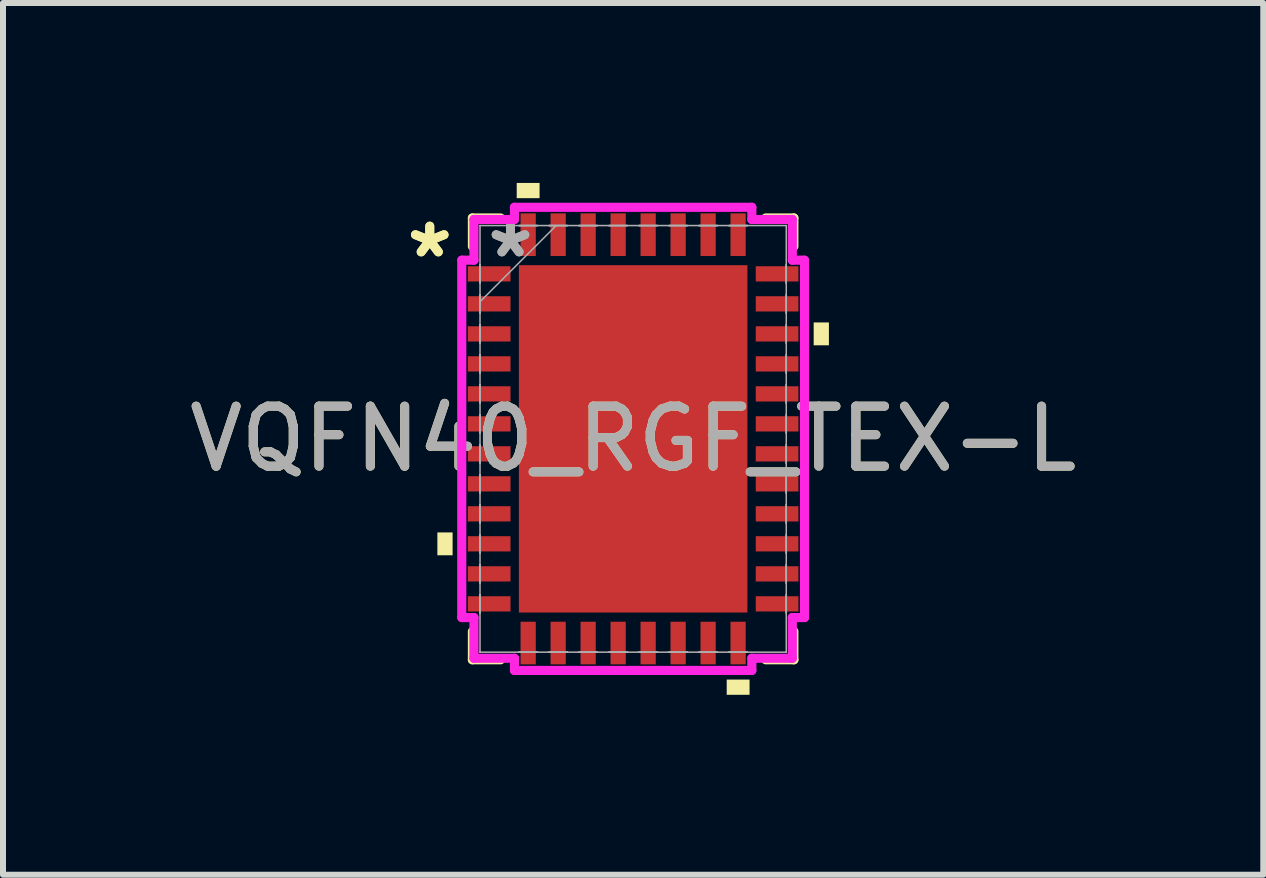
<source format=kicad_pcb>
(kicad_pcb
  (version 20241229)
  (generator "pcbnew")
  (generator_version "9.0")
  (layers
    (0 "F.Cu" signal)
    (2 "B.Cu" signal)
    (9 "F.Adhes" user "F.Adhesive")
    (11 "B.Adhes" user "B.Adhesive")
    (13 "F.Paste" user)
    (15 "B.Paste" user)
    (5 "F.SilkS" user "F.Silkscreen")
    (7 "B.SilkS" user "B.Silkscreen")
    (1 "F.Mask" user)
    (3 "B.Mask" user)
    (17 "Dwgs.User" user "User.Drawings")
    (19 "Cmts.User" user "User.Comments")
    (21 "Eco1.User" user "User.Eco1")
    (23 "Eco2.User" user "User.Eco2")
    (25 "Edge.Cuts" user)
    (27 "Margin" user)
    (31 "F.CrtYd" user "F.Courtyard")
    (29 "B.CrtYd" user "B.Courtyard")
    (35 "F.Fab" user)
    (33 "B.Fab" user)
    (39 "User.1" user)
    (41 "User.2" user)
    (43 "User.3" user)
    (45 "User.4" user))
  (footprint "VQFN40_RGF_TEX-L"
    (layer "F.Cu")
    (at 7.506 4.267)
    (property "Reference" "VQFN40_RGF_TEX-L" (at 0 0 0) (unlocked yes) (layer "F.SilkS") (effects (font (size 1 1) (thickness 0.15))))
    (attr smd)
    (fp_line (start -2.68 -3.683) (end -2.68 -3.21) (stroke (width 0.152) (type solid)) (layer "F.SilkS"))
    (fp_line (start -2.68 3.21) (end -2.68 3.683) (stroke (width 0.152) (type solid)) (layer "F.SilkS"))
    (fp_line (start -2.68 3.683) (end -2.21 3.683) (stroke (width 0.152) (type solid)) (layer "F.SilkS"))
    (fp_line (start -2.21 -3.683) (end -2.68 -3.683) (stroke (width 0.152) (type solid)) (layer "F.SilkS"))
    (fp_line (start 2.21 3.683) (end 2.68 3.683) (stroke (width 0.152) (type solid)) (layer "F.SilkS"))
    (fp_line (start 2.68 -3.683) (end 2.21 -3.683) (stroke (width 0.152) (type solid)) (layer "F.SilkS"))
    (fp_line (start 2.68 -3.21) (end 2.68 -3.683) (stroke (width 0.152) (type solid)) (layer "F.SilkS"))
    (fp_line (start 2.68 3.683) (end 2.68 3.21) (stroke (width 0.152) (type solid)) (layer "F.SilkS"))
    (fp_poly (pts (xy -3.264 1.56) (xy -3.264 1.941) (xy -3.01 1.941) (xy -3.01 1.56)) (stroke (width 0) (type solid)) (fill yes) (layer "F.SilkS"))
    (fp_poly (pts (xy -1.941 -4.013) (xy -1.941 -4.267) (xy -1.56 -4.267) (xy -1.56 -4.013)) (stroke (width 0) (type solid)) (fill yes) (layer "F.SilkS"))
    (fp_poly (pts (xy 1.56 4.013) (xy 1.56 4.267) (xy 1.941 4.267) (xy 1.941 4.013)) (stroke (width 0) (type solid)) (fill yes) (layer "F.SilkS"))
    (fp_poly (pts (xy 3.264 -1.941) (xy 3.264 -1.56) (xy 3.01 -1.56) (xy 3.01 -1.941)) (stroke (width 0) (type solid)) (fill yes) (layer "F.SilkS"))
    (fp_poly (pts (xy -1.805 -2.796) (xy -1.805 -1.548) (xy -0.735 -1.548) (xy -0.735 -2.796)) (stroke (width 0) (type solid)) (fill yes) (layer "F.Paste"))
    (fp_poly (pts (xy -1.805 -1.348) (xy -1.805 -0.1) (xy -0.735 -0.1) (xy -0.735 -1.348)) (stroke (width 0) (type solid)) (fill yes) (layer "F.Paste"))
    (fp_poly (pts (xy -1.805 0.1) (xy -1.805 1.348) (xy -0.735 1.348) (xy -0.735 0.1)) (stroke (width 0) (type solid)) (fill yes) (layer "F.Paste"))
    (fp_poly (pts (xy -1.805 1.548) (xy -1.805 2.796) (xy -0.735 2.796) (xy -0.735 1.548)) (stroke (width 0) (type solid)) (fill yes) (layer "F.Paste"))
    (fp_poly (pts (xy -0.535 -2.796) (xy -0.535 -1.548) (xy 0.535 -1.548) (xy 0.535 -2.796)) (stroke (width 0) (type solid)) (fill yes) (layer "F.Paste"))
    (fp_poly (pts (xy -0.535 -1.348) (xy -0.535 -0.1) (xy 0.535 -0.1) (xy 0.535 -1.348)) (stroke (width 0) (type solid)) (fill yes) (layer "F.Paste"))
    (fp_poly (pts (xy -0.535 0.1) (xy -0.535 1.348) (xy 0.535 1.348) (xy 0.535 0.1)) (stroke (width 0) (type solid)) (fill yes) (layer "F.Paste"))
    (fp_poly (pts (xy -0.535 1.548) (xy -0.535 2.796) (xy 0.535 2.796) (xy 0.535 1.548)) (stroke (width 0) (type solid)) (fill yes) (layer "F.Paste"))
    (fp_poly (pts (xy 0.735 -2.796) (xy 0.735 -1.548) (xy 1.805 -1.548) (xy 1.805 -2.796)) (stroke (width 0) (type solid)) (fill yes) (layer "F.Paste"))
    (fp_poly (pts (xy 0.735 -1.348) (xy 0.735 -0.1) (xy 1.805 -0.1) (xy 1.805 -1.348)) (stroke (width 0) (type solid)) (fill yes) (layer "F.Paste"))
    (fp_poly (pts (xy 0.735 0.1) (xy 0.735 1.348) (xy 1.805 1.348) (xy 1.805 0.1)) (stroke (width 0) (type solid)) (fill yes) (layer "F.Paste"))
    (fp_poly (pts (xy 0.735 1.548) (xy 0.735 2.796) (xy 1.805 2.796) (xy 1.805 1.548)) (stroke (width 0) (type solid)) (fill yes) (layer "F.Paste"))
    (fp_line (start -2.857 -2.979) (end -2.654 -2.979) (stroke (width 0.152) (type solid)) (layer "F.CrtYd"))
    (fp_line (start -2.857 2.979) (end -2.857 -2.979) (stroke (width 0.152) (type solid)) (layer "F.CrtYd"))
    (fp_line (start -2.654 -3.658) (end -1.979 -3.658) (stroke (width 0.152) (type solid)) (layer "F.CrtYd"))
    (fp_line (start -2.654 -2.979) (end -2.654 -3.658) (stroke (width 0.152) (type solid)) (layer "F.CrtYd"))
    (fp_line (start -2.654 2.979) (end -2.857 2.979) (stroke (width 0.152) (type solid)) (layer "F.CrtYd"))
    (fp_line (start -2.654 3.658) (end -2.654 2.979) (stroke (width 0.152) (type solid)) (layer "F.CrtYd"))
    (fp_line (start -1.979 -3.861) (end 1.979 -3.861) (stroke (width 0.152) (type solid)) (layer "F.CrtYd"))
    (fp_line (start -1.979 -3.658) (end -1.979 -3.861) (stroke (width 0.152) (type solid)) (layer "F.CrtYd"))
    (fp_line (start -1.979 3.658) (end -2.654 3.658) (stroke (width 0.152) (type solid)) (layer "F.CrtYd"))
    (fp_line (start -1.979 3.861) (end -1.979 3.658) (stroke (width 0.152) (type solid)) (layer "F.CrtYd"))
    (fp_line (start 1.979 -3.861) (end 1.979 -3.658) (stroke (width 0.152) (type solid)) (layer "F.CrtYd"))
    (fp_line (start 1.979 -3.658) (end 2.654 -3.658) (stroke (width 0.152) (type solid)) (layer "F.CrtYd"))
    (fp_line (start 1.979 3.658) (end 1.979 3.861) (stroke (width 0.152) (type solid)) (layer "F.CrtYd"))
    (fp_line (start 1.979 3.861) (end -1.979 3.861) (stroke (width 0.152) (type solid)) (layer "F.CrtYd"))
    (fp_line (start 2.654 -3.658) (end 2.654 -2.979) (stroke (width 0.152) (type solid)) (layer "F.CrtYd"))
    (fp_line (start 2.654 -2.979) (end 2.857 -2.979) (stroke (width 0.152) (type solid)) (layer "F.CrtYd"))
    (fp_line (start 2.654 2.979) (end 2.654 3.658) (stroke (width 0.152) (type solid)) (layer "F.CrtYd"))
    (fp_line (start 2.654 3.658) (end 1.979 3.658) (stroke (width 0.152) (type solid)) (layer "F.CrtYd"))
    (fp_line (start 2.857 -2.979) (end 2.857 2.979) (stroke (width 0.152) (type solid)) (layer "F.CrtYd"))
    (fp_line (start 2.857 2.979) (end 2.654 2.979) (stroke (width 0.152) (type solid)) (layer "F.CrtYd"))
    (fp_line (start -2.553 -3.556) (end -2.553 -3.556) (stroke (width 0.025) (type solid)) (layer "F.Fab"))
    (fp_line (start -2.553 -3.556) (end -2.553 3.556) (stroke (width 0.025) (type solid)) (layer "F.Fab"))
    (fp_line (start -2.553 -2.903) (end -2.553 -2.903) (stroke (width 0.025) (type solid)) (layer "F.Fab"))
    (fp_line (start -2.553 -2.903) (end -2.553 -2.598) (stroke (width 0.025) (type solid)) (layer "F.Fab"))
    (fp_line (start -2.553 -2.598) (end -2.553 -2.903) (stroke (width 0.025) (type solid)) (layer "F.Fab"))
    (fp_line (start -2.553 -2.598) (end -2.553 -2.598) (stroke (width 0.025) (type solid)) (layer "F.Fab"))
    (fp_line (start -2.553 -2.403) (end -2.553 -2.403) (stroke (width 0.025) (type solid)) (layer "F.Fab"))
    (fp_line (start -2.553 -2.403) (end -2.553 -2.098) (stroke (width 0.025) (type solid)) (layer "F.Fab"))
    (fp_line (start -2.553 -2.286) (end -1.283 -3.556) (stroke (width 0.025) (type solid)) (layer "F.Fab"))
    (fp_line (start -2.553 -2.098) (end -2.553 -2.403) (stroke (width 0.025) (type solid)) (layer "F.Fab"))
    (fp_line (start -2.553 -2.098) (end -2.553 -2.098) (stroke (width 0.025) (type solid)) (layer "F.Fab"))
    (fp_line (start -2.553 -1.903) (end -2.553 -1.903) (stroke (width 0.025) (type solid)) (layer "F.Fab"))
    (fp_line (start -2.553 -1.903) (end -2.553 -1.598) (stroke (width 0.025) (type solid)) (layer "F.Fab"))
    (fp_line (start -2.553 -1.598) (end -2.553 -1.903) (stroke (width 0.025) (type solid)) (layer "F.Fab"))
    (fp_line (start -2.553 -1.598) (end -2.553 -1.598) (stroke (width 0.025) (type solid)) (layer "F.Fab"))
    (fp_line (start -2.553 -1.403) (end -2.553 -1.403) (stroke (width 0.025) (type solid)) (layer "F.Fab"))
    (fp_line (start -2.553 -1.403) (end -2.553 -1.098) (stroke (width 0.025) (type solid)) (layer "F.Fab"))
    (fp_line (start -2.553 -1.098) (end -2.553 -1.403) (stroke (width 0.025) (type solid)) (layer "F.Fab"))
    (fp_line (start -2.553 -1.098) (end -2.553 -1.098) (stroke (width 0.025) (type solid)) (layer "F.Fab"))
    (fp_line (start -2.553 -0.903) (end -2.553 -0.903) (stroke (width 0.025) (type solid)) (layer "F.Fab"))
    (fp_line (start -2.553 -0.903) (end -2.553 -0.598) (stroke (width 0.025) (type solid)) (layer "F.Fab"))
    (fp_line (start -2.553 -0.598) (end -2.553 -0.903) (stroke (width 0.025) (type solid)) (layer "F.Fab"))
    (fp_line (start -2.553 -0.598) (end -2.553 -0.598) (stroke (width 0.025) (type solid)) (layer "F.Fab"))
    (fp_line (start -2.553 -0.402) (end -2.553 -0.402) (stroke (width 0.025) (type solid)) (layer "F.Fab"))
    (fp_line (start -2.553 -0.402) (end -2.553 -0.098) (stroke (width 0.025) (type solid)) (layer "F.Fab"))
    (fp_line (start -2.553 -0.098) (end -2.553 -0.402) (stroke (width 0.025) (type solid)) (layer "F.Fab"))
    (fp_line (start -2.553 -0.098) (end -2.553 -0.098) (stroke (width 0.025) (type solid)) (layer "F.Fab"))
    (fp_line (start -2.553 0.098) (end -2.553 0.098) (stroke (width 0.025) (type solid)) (layer "F.Fab"))
    (fp_line (start -2.553 0.098) (end -2.553 0.402) (stroke (width 0.025) (type solid)) (layer "F.Fab"))
    (fp_line (start -2.553 0.402) (end -2.553 0.098) (stroke (width 0.025) (type solid)) (layer "F.Fab"))
    (fp_line (start -2.553 0.402) (end -2.553 0.402) (stroke (width 0.025) (type solid)) (layer "F.Fab"))
    (fp_line (start -2.553 0.598) (end -2.553 0.598) (stroke (width 0.025) (type solid)) (layer "F.Fab"))
    (fp_line (start -2.553 0.598) (end -2.553 0.903) (stroke (width 0.025) (type solid)) (layer "F.Fab"))
    (fp_line (start -2.553 0.903) (end -2.553 0.598) (stroke (width 0.025) (type solid)) (layer "F.Fab"))
    (fp_line (start -2.553 0.903) (end -2.553 0.903) (stroke (width 0.025) (type solid)) (layer "F.Fab"))
    (fp_line (start -2.553 1.098) (end -2.553 1.098) (stroke (width 0.025) (type solid)) (layer "F.Fab"))
    (fp_line (start -2.553 1.098) (end -2.553 1.403) (stroke (width 0.025) (type solid)) (layer "F.Fab"))
    (fp_line (start -2.553 1.403) (end -2.553 1.098) (stroke (width 0.025) (type solid)) (layer "F.Fab"))
    (fp_line (start -2.553 1.403) (end -2.553 1.403) (stroke (width 0.025) (type solid)) (layer "F.Fab"))
    (fp_line (start -2.553 1.598) (end -2.553 1.598) (stroke (width 0.025) (type solid)) (layer "F.Fab"))
    (fp_line (start -2.553 1.598) (end -2.553 1.903) (stroke (width 0.025) (type solid)) (layer "F.Fab"))
    (fp_line (start -2.553 1.903) (end -2.553 1.598) (stroke (width 0.025) (type solid)) (layer "F.Fab"))
    (fp_line (start -2.553 1.903) (end -2.553 1.903) (stroke (width 0.025) (type solid)) (layer "F.Fab"))
    (fp_line (start -2.553 2.098) (end -2.553 2.098) (stroke (width 0.025) (type solid)) (layer "F.Fab"))
    (fp_line (start -2.553 2.098) (end -2.553 2.403) (stroke (width 0.025) (type solid)) (layer "F.Fab"))
    (fp_line (start -2.553 2.403) (end -2.553 2.098) (stroke (width 0.025) (type solid)) (layer "F.Fab"))
    (fp_line (start -2.553 2.403) (end -2.553 2.403) (stroke (width 0.025) (type solid)) (layer "F.Fab"))
    (fp_line (start -2.553 2.598) (end -2.553 2.598) (stroke (width 0.025) (type solid)) (layer "F.Fab"))
    (fp_line (start -2.553 2.598) (end -2.553 2.903) (stroke (width 0.025) (type solid)) (layer "F.Fab"))
    (fp_line (start -2.553 2.903) (end -2.553 2.598) (stroke (width 0.025) (type solid)) (layer "F.Fab"))
    (fp_line (start -2.553 2.903) (end -2.553 2.903) (stroke (width 0.025) (type solid)) (layer "F.Fab"))
    (fp_line (start -2.553 3.556) (end -2.553 3.556) (stroke (width 0.025) (type solid)) (layer "F.Fab"))
    (fp_line (start -2.553 3.556) (end 2.553 3.556) (stroke (width 0.025) (type solid)) (layer "F.Fab"))
    (fp_line (start -1.903 -3.556) (end -1.903 -3.556) (stroke (width 0.025) (type solid)) (layer "F.Fab"))
    (fp_line (start -1.903 -3.556) (end -1.598 -3.556) (stroke (width 0.025) (type solid)) (layer "F.Fab"))
    (fp_line (start -1.903 3.556) (end -1.903 3.556) (stroke (width 0.025) (type solid)) (layer "F.Fab"))
    (fp_line (start -1.903 3.556) (end -1.598 3.556) (stroke (width 0.025) (type solid)) (layer "F.Fab"))
    (fp_line (start -1.598 -3.556) (end -1.903 -3.556) (stroke (width 0.025) (type solid)) (layer "F.Fab"))
    (fp_line (start -1.598 -3.556) (end -1.598 -3.556) (stroke (width 0.025) (type solid)) (layer "F.Fab"))
    (fp_line (start -1.598 3.556) (end -1.903 3.556) (stroke (width 0.025) (type solid)) (layer "F.Fab"))
    (fp_line (start -1.598 3.556) (end -1.598 3.556) (stroke (width 0.025) (type solid)) (layer "F.Fab"))
    (fp_line (start -1.403 -3.556) (end -1.403 -3.556) (stroke (width 0.025) (type solid)) (layer "F.Fab"))
    (fp_line (start -1.403 -3.556) (end -1.098 -3.556) (stroke (width 0.025) (type solid)) (layer "F.Fab"))
    (fp_line (start -1.403 3.556) (end -1.403 3.556) (stroke (width 0.025) (type solid)) (layer "F.Fab"))
    (fp_line (start -1.403 3.556) (end -1.098 3.556) (stroke (width 0.025) (type solid)) (layer "F.Fab"))
    (fp_line (start -1.098 -3.556) (end -1.403 -3.556) (stroke (width 0.025) (type solid)) (layer "F.Fab"))
    (fp_line (start -1.098 -3.556) (end -1.098 -3.556) (stroke (width 0.025) (type solid)) (layer "F.Fab"))
    (fp_line (start -1.098 3.556) (end -1.403 3.556) (stroke (width 0.025) (type solid)) (layer "F.Fab"))
    (fp_line (start -1.098 3.556) (end -1.098 3.556) (stroke (width 0.025) (type solid)) (layer "F.Fab"))
    (fp_line (start -0.903 -3.556) (end -0.903 -3.556) (stroke (width 0.025) (type solid)) (layer "F.Fab"))
    (fp_line (start -0.903 -3.556) (end -0.598 -3.556) (stroke (width 0.025) (type solid)) (layer "F.Fab"))
    (fp_line (start -0.903 3.556) (end -0.903 3.556) (stroke (width 0.025) (type solid)) (layer "F.Fab"))
    (fp_line (start -0.903 3.556) (end -0.598 3.556) (stroke (width 0.025) (type solid)) (layer "F.Fab"))
    (fp_line (start -0.598 -3.556) (end -0.903 -3.556) (stroke (width 0.025) (type solid)) (layer "F.Fab"))
    (fp_line (start -0.598 -3.556) (end -0.598 -3.556) (stroke (width 0.025) (type solid)) (layer "F.Fab"))
    (fp_line (start -0.598 3.556) (end -0.903 3.556) (stroke (width 0.025) (type solid)) (layer "F.Fab"))
    (fp_line (start -0.598 3.556) (end -0.598 3.556) (stroke (width 0.025) (type solid)) (layer "F.Fab"))
    (fp_line (start -0.402 -3.556) (end -0.402 -3.556) (stroke (width 0.025) (type solid)) (layer "F.Fab"))
    (fp_line (start -0.402 -3.556) (end -0.098 -3.556) (stroke (width 0.025) (type solid)) (layer "F.Fab"))
    (fp_line (start -0.402 3.556) (end -0.402 3.556) (stroke (width 0.025) (type solid)) (layer "F.Fab"))
    (fp_line (start -0.402 3.556) (end -0.098 3.556) (stroke (width 0.025) (type solid)) (layer "F.Fab"))
    (fp_line (start -0.098 -3.556) (end -0.402 -3.556) (stroke (width 0.025) (type solid)) (layer "F.Fab"))
    (fp_line (start -0.098 -3.556) (end -0.098 -3.556) (stroke (width 0.025) (type solid)) (layer "F.Fab"))
    (fp_line (start -0.098 3.556) (end -0.402 3.556) (stroke (width 0.025) (type solid)) (layer "F.Fab"))
    (fp_line (start -0.098 3.556) (end -0.098 3.556) (stroke (width 0.025) (type solid)) (layer "F.Fab"))
    (fp_line (start 0.098 -3.556) (end 0.098 -3.556) (stroke (width 0.025) (type solid)) (layer "F.Fab"))
    (fp_line (start 0.098 -3.556) (end 0.402 -3.556) (stroke (width 0.025) (type solid)) (layer "F.Fab"))
    (fp_line (start 0.098 3.556) (end 0.098 3.556) (stroke (width 0.025) (type solid)) (layer "F.Fab"))
    (fp_line (start 0.098 3.556) (end 0.402 3.556) (stroke (width 0.025) (type solid)) (layer "F.Fab"))
    (fp_line (start 0.402 -3.556) (end 0.098 -3.556) (stroke (width 0.025) (type solid)) (layer "F.Fab"))
    (fp_line (start 0.402 -3.556) (end 0.402 -3.556) (stroke (width 0.025) (type solid)) (layer "F.Fab"))
    (fp_line (start 0.402 3.556) (end 0.098 3.556) (stroke (width 0.025) (type solid)) (layer "F.Fab"))
    (fp_line (start 0.402 3.556) (end 0.402 3.556) (stroke (width 0.025) (type solid)) (layer "F.Fab"))
    (fp_line (start 0.598 -3.556) (end 0.598 -3.556) (stroke (width 0.025) (type solid)) (layer "F.Fab"))
    (fp_line (start 0.598 -3.556) (end 0.903 -3.556) (stroke (width 0.025) (type solid)) (layer "F.Fab"))
    (fp_line (start 0.598 3.556) (end 0.598 3.556) (stroke (width 0.025) (type solid)) (layer "F.Fab"))
    (fp_line (start 0.598 3.556) (end 0.903 3.556) (stroke (width 0.025) (type solid)) (layer "F.Fab"))
    (fp_line (start 0.903 -3.556) (end 0.598 -3.556) (stroke (width 0.025) (type solid)) (layer "F.Fab"))
    (fp_line (start 0.903 -3.556) (end 0.903 -3.556) (stroke (width 0.025) (type solid)) (layer "F.Fab"))
    (fp_line (start 0.903 3.556) (end 0.598 3.556) (stroke (width 0.025) (type solid)) (layer "F.Fab"))
    (fp_line (start 0.903 3.556) (end 0.903 3.556) (stroke (width 0.025) (type solid)) (layer "F.Fab"))
    (fp_line (start 1.098 -3.556) (end 1.098 -3.556) (stroke (width 0.025) (type solid)) (layer "F.Fab"))
    (fp_line (start 1.098 -3.556) (end 1.403 -3.556) (stroke (width 0.025) (type solid)) (layer "F.Fab"))
    (fp_line (start 1.098 3.556) (end 1.098 3.556) (stroke (width 0.025) (type solid)) (layer "F.Fab"))
    (fp_line (start 1.098 3.556) (end 1.403 3.556) (stroke (width 0.025) (type solid)) (layer "F.Fab"))
    (fp_line (start 1.403 -3.556) (end 1.098 -3.556) (stroke (width 0.025) (type solid)) (layer "F.Fab"))
    (fp_line (start 1.403 -3.556) (end 1.403 -3.556) (stroke (width 0.025) (type solid)) (layer "F.Fab"))
    (fp_line (start 1.403 3.556) (end 1.098 3.556) (stroke (width 0.025) (type solid)) (layer "F.Fab"))
    (fp_line (start 1.403 3.556) (end 1.403 3.556) (stroke (width 0.025) (type solid)) (layer "F.Fab"))
    (fp_line (start 1.598 -3.556) (end 1.598 -3.556) (stroke (width 0.025) (type solid)) (layer "F.Fab"))
    (fp_line (start 1.598 -3.556) (end 1.903 -3.556) (stroke (width 0.025) (type solid)) (layer "F.Fab"))
    (fp_line (start 1.598 3.556) (end 1.598 3.556) (stroke (width 0.025) (type solid)) (layer "F.Fab"))
    (fp_line (start 1.598 3.556) (end 1.903 3.556) (stroke (width 0.025) (type solid)) (layer "F.Fab"))
    (fp_line (start 1.903 -3.556) (end 1.598 -3.556) (stroke (width 0.025) (type solid)) (layer "F.Fab"))
    (fp_line (start 1.903 -3.556) (end 1.903 -3.556) (stroke (width 0.025) (type solid)) (layer "F.Fab"))
    (fp_line (start 1.903 3.556) (end 1.598 3.556) (stroke (width 0.025) (type solid)) (layer "F.Fab"))
    (fp_line (start 1.903 3.556) (end 1.903 3.556) (stroke (width 0.025) (type solid)) (layer "F.Fab"))
    (fp_line (start 2.553 -3.556) (end -2.553 -3.556) (stroke (width 0.025) (type solid)) (layer "F.Fab"))
    (fp_line (start 2.553 -3.556) (end 2.553 -3.556) (stroke (width 0.025) (type solid)) (layer "F.Fab"))
    (fp_line (start 2.553 -2.903) (end 2.553 -2.903) (stroke (width 0.025) (type solid)) (layer "F.Fab"))
    (fp_line (start 2.553 -2.903) (end 2.553 -2.598) (stroke (width 0.025) (type solid)) (layer "F.Fab"))
    (fp_line (start 2.553 -2.598) (end 2.553 -2.903) (stroke (width 0.025) (type solid)) (layer "F.Fab"))
    (fp_line (start 2.553 -2.598) (end 2.553 -2.598) (stroke (width 0.025) (type solid)) (layer "F.Fab"))
    (fp_line (start 2.553 -2.403) (end 2.553 -2.403) (stroke (width 0.025) (type solid)) (layer "F.Fab"))
    (fp_line (start 2.553 -2.403) (end 2.553 -2.098) (stroke (width 0.025) (type solid)) (layer "F.Fab"))
    (fp_line (start 2.553 -2.098) (end 2.553 -2.403) (stroke (width 0.025) (type solid)) (layer "F.Fab"))
    (fp_line (start 2.553 -2.098) (end 2.553 -2.098) (stroke (width 0.025) (type solid)) (layer "F.Fab"))
    (fp_line (start 2.553 -1.903) (end 2.553 -1.903) (stroke (width 0.025) (type solid)) (layer "F.Fab"))
    (fp_line (start 2.553 -1.903) (end 2.553 -1.598) (stroke (width 0.025) (type solid)) (layer "F.Fab"))
    (fp_line (start 2.553 -1.598) (end 2.553 -1.903) (stroke (width 0.025) (type solid)) (layer "F.Fab"))
    (fp_line (start 2.553 -1.598) (end 2.553 -1.598) (stroke (width 0.025) (type solid)) (layer "F.Fab"))
    (fp_line (start 2.553 -1.403) (end 2.553 -1.403) (stroke (width 0.025) (type solid)) (layer "F.Fab"))
    (fp_line (start 2.553 -1.403) (end 2.553 -1.098) (stroke (width 0.025) (type solid)) (layer "F.Fab"))
    (fp_line (start 2.553 -1.098) (end 2.553 -1.403) (stroke (width 0.025) (type solid)) (layer "F.Fab"))
    (fp_line (start 2.553 -1.098) (end 2.553 -1.098) (stroke (width 0.025) (type solid)) (layer "F.Fab"))
    (fp_line (start 2.553 -0.903) (end 2.553 -0.903) (stroke (width 0.025) (type solid)) (layer "F.Fab"))
    (fp_line (start 2.553 -0.903) (end 2.553 -0.598) (stroke (width 0.025) (type solid)) (layer "F.Fab"))
    (fp_line (start 2.553 -0.598) (end 2.553 -0.903) (stroke (width 0.025) (type solid)) (layer "F.Fab"))
    (fp_line (start 2.553 -0.598) (end 2.553 -0.598) (stroke (width 0.025) (type solid)) (layer "F.Fab"))
    (fp_line (start 2.553 -0.402) (end 2.553 -0.402) (stroke (width 0.025) (type solid)) (layer "F.Fab"))
    (fp_line (start 2.553 -0.402) (end 2.553 -0.098) (stroke (width 0.025) (type solid)) (layer "F.Fab"))
    (fp_line (start 2.553 -0.098) (end 2.553 -0.402) (stroke (width 0.025) (type solid)) (layer "F.Fab"))
    (fp_line (start 2.553 -0.098) (end 2.553 -0.098) (stroke (width 0.025) (type solid)) (layer "F.Fab"))
    (fp_line (start 2.553 0.098) (end 2.553 0.098) (stroke (width 0.025) (type solid)) (layer "F.Fab"))
    (fp_line (start 2.553 0.098) (end 2.553 0.402) (stroke (width 0.025) (type solid)) (layer "F.Fab"))
    (fp_line (start 2.553 0.402) (end 2.553 0.098) (stroke (width 0.025) (type solid)) (layer "F.Fab"))
    (fp_line (start 2.553 0.402) (end 2.553 0.402) (stroke (width 0.025) (type solid)) (layer "F.Fab"))
    (fp_line (start 2.553 0.598) (end 2.553 0.598) (stroke (width 0.025) (type solid)) (layer "F.Fab"))
    (fp_line (start 2.553 0.598) (end 2.553 0.903) (stroke (width 0.025) (type solid)) (layer "F.Fab"))
    (fp_line (start 2.553 0.903) (end 2.553 0.598) (stroke (width 0.025) (type solid)) (layer "F.Fab"))
    (fp_line (start 2.553 0.903) (end 2.553 0.903) (stroke (width 0.025) (type solid)) (layer "F.Fab"))
    (fp_line (start 2.553 1.098) (end 2.553 1.098) (stroke (width 0.025) (type solid)) (layer "F.Fab"))
    (fp_line (start 2.553 1.098) (end 2.553 1.403) (stroke (width 0.025) (type solid)) (layer "F.Fab"))
    (fp_line (start 2.553 1.403) (end 2.553 1.098) (stroke (width 0.025) (type solid)) (layer "F.Fab"))
    (fp_line (start 2.553 1.403) (end 2.553 1.403) (stroke (width 0.025) (type solid)) (layer "F.Fab"))
    (fp_line (start 2.553 1.598) (end 2.553 1.598) (stroke (width 0.025) (type solid)) (layer "F.Fab"))
    (fp_line (start 2.553 1.598) (end 2.553 1.903) (stroke (width 0.025) (type solid)) (layer "F.Fab"))
    (fp_line (start 2.553 1.903) (end 2.553 1.598) (stroke (width 0.025) (type solid)) (layer "F.Fab"))
    (fp_line (start 2.553 1.903) (end 2.553 1.903) (stroke (width 0.025) (type solid)) (layer "F.Fab"))
    (fp_line (start 2.553 2.098) (end 2.553 2.098) (stroke (width 0.025) (type solid)) (layer "F.Fab"))
    (fp_line (start 2.553 2.098) (end 2.553 2.403) (stroke (width 0.025) (type solid)) (layer "F.Fab"))
    (fp_line (start 2.553 2.403) (end 2.553 2.098) (stroke (width 0.025) (type solid)) (layer "F.Fab"))
    (fp_line (start 2.553 2.403) (end 2.553 2.403) (stroke (width 0.025) (type solid)) (layer "F.Fab"))
    (fp_line (start 2.553 2.598) (end 2.553 2.598) (stroke (width 0.025) (type solid)) (layer "F.Fab"))
    (fp_line (start 2.553 2.598) (end 2.553 2.903) (stroke (width 0.025) (type solid)) (layer "F.Fab"))
    (fp_line (start 2.553 2.903) (end 2.553 2.598) (stroke (width 0.025) (type solid)) (layer "F.Fab"))
    (fp_line (start 2.553 2.903) (end 2.553 2.903) (stroke (width 0.025) (type solid)) (layer "F.Fab"))
    (fp_line (start 2.553 3.556) (end 2.553 -3.556) (stroke (width 0.025) (type solid)) (layer "F.Fab"))
    (fp_line (start 2.553 3.556) (end 2.553 3.556) (stroke (width 0.025) (type solid)) (layer "F.Fab"))
    (fp_text user "*" (at -3.391 -3.001 0) (layer "F.SilkS") (effects (font (size 1 1) (thickness 0.15))))
    (fp_text user "*" (at -3.391 -3.001 0) (unlocked yes) (layer "F.SilkS") (effects (font (size 1 1) (thickness 0.15))))
    (fp_text user "*" (at -2.045 -3.001 0) (layer "F.Fab") (effects (font (size 1 1) (thickness 0.15))))
    (fp_text user "*" (at -2.045 -3.001 0) (unlocked yes) (layer "F.Fab") (effects (font (size 1 1) (thickness 0.15))))
    (fp_text user "${REFERENCE}" (at 0 0 0) (unlocked yes) (layer "F.Fab") (effects (font (size 1 1) (thickness 0.15))))
    (pad "1" smd rect (at -2.4 -2.751 90) (size 0.254 0.711) (layers "F.Cu" "F.Mask" "F.Paste"))
    (pad "2" smd rect (at -2.4 -2.251 90) (size 0.254 0.711) (layers "F.Cu" "F.Mask" "F.Paste"))
    (pad "3" smd rect (at -2.4 -1.75 90) (size 0.254 0.711) (layers "F.Cu" "F.Mask" "F.Paste"))
    (pad "4" smd rect (at -2.4 -1.25 90) (size 0.254 0.711) (layers "F.Cu" "F.Mask" "F.Paste"))
    (pad "5" smd rect (at -2.4 -0.75 90) (size 0.254 0.711) (layers "F.Cu" "F.Mask" "F.Paste"))
    (pad "6" smd rect (at -2.4 -0.25 90) (size 0.254 0.711) (layers "F.Cu" "F.Mask" "F.Paste"))
    (pad "7" smd rect (at -2.4 0.25 90) (size 0.254 0.711) (layers "F.Cu" "F.Mask" "F.Paste"))
    (pad "8" smd rect (at -2.4 0.75 90) (size 0.254 0.711) (layers "F.Cu" "F.Mask" "F.Paste"))
    (pad "9" smd rect (at -2.4 1.25 90) (size 0.254 0.711) (layers "F.Cu" "F.Mask" "F.Paste"))
    (pad "10" smd rect (at -2.4 1.75 90) (size 0.254 0.711) (layers "F.Cu" "F.Mask" "F.Paste"))
    (pad "11" smd rect (at -2.4 2.251 90) (size 0.254 0.711) (layers "F.Cu" "F.Mask" "F.Paste"))
    (pad "12" smd rect (at -2.4 2.751 90) (size 0.254 0.711) (layers "F.Cu" "F.Mask" "F.Paste"))
    (pad "13" smd rect (at -1.75 3.404) (size 0.254 0.711) (layers "F.Cu" "F.Mask" "F.Paste"))
    (pad "14" smd rect (at -1.25 3.404) (size 0.254 0.711) (layers "F.Cu" "F.Mask" "F.Paste"))
    (pad "15" smd rect (at -0.75 3.404) (size 0.254 0.711) (layers "F.Cu" "F.Mask" "F.Paste"))
    (pad "16" smd rect (at -0.25 3.404) (size 0.254 0.711) (layers "F.Cu" "F.Mask" "F.Paste"))
    (pad "17" smd rect (at 0.25 3.404) (size 0.254 0.711) (layers "F.Cu" "F.Mask" "F.Paste"))
    (pad "18" smd rect (at 0.75 3.404) (size 0.254 0.711) (layers "F.Cu" "F.Mask" "F.Paste"))
    (pad "19" smd rect (at 1.25 3.404) (size 0.254 0.711) (layers "F.Cu" "F.Mask" "F.Paste"))
    (pad "20" smd rect (at 1.75 3.404) (size 0.254 0.711) (layers "F.Cu" "F.Mask" "F.Paste"))
    (pad "21" smd rect (at 2.4 2.751 90) (size 0.254 0.711) (layers "F.Cu" "F.Mask" "F.Paste"))
    (pad "22" smd rect (at 2.4 2.251 90) (size 0.254 0.711) (layers "F.Cu" "F.Mask" "F.Paste"))
    (pad "23" smd rect (at 2.4 1.75 90) (size 0.254 0.711) (layers "F.Cu" "F.Mask" "F.Paste"))
    (pad "24" smd rect (at 2.4 1.25 90) (size 0.254 0.711) (layers "F.Cu" "F.Mask" "F.Paste"))
    (pad "25" smd rect (at 2.4 0.75 90) (size 0.254 0.711) (layers "F.Cu" "F.Mask" "F.Paste"))
    (pad "26" smd rect (at 2.4 0.25 90) (size 0.254 0.711) (layers "F.Cu" "F.Mask" "F.Paste"))
    (pad "27" smd rect (at 2.4 -0.25 90) (size 0.254 0.711) (layers "F.Cu" "F.Mask" "F.Paste"))
    (pad "28" smd rect (at 2.4 -0.75 90) (size 0.254 0.711) (layers "F.Cu" "F.Mask" "F.Paste"))
    (pad "29" smd rect (at 2.4 -1.25 90) (size 0.254 0.711) (layers "F.Cu" "F.Mask" "F.Paste"))
    (pad "30" smd rect (at 2.4 -1.75 90) (size 0.254 0.711) (layers "F.Cu" "F.Mask" "F.Paste"))
    (pad "31" smd rect (at 2.4 -2.251 90) (size 0.254 0.711) (layers "F.Cu" "F.Mask" "F.Paste"))
    (pad "32" smd rect (at 2.4 -2.751 90) (size 0.254 0.711) (layers "F.Cu" "F.Mask" "F.Paste"))
    (pad "33" smd rect (at 1.75 -3.404) (size 0.254 0.711) (layers "F.Cu" "F.Mask" "F.Paste"))
    (pad "34" smd rect (at 1.25 -3.404) (size 0.254 0.711) (layers "F.Cu" "F.Mask" "F.Paste"))
    (pad "35" smd rect (at 0.75 -3.404) (size 0.254 0.711) (layers "F.Cu" "F.Mask" "F.Paste"))
    (pad "36" smd rect (at 0.25 -3.404) (size 0.254 0.711) (layers "F.Cu" "F.Mask" "F.Paste"))
    (pad "37" smd rect (at -0.25 -3.404) (size 0.254 0.711) (layers "F.Cu" "F.Mask" "F.Paste"))
    (pad "38" smd rect (at -0.75 -3.404) (size 0.254 0.711) (layers "F.Cu" "F.Mask" "F.Paste"))
    (pad "39" smd rect (at -1.25 -3.404) (size 0.254 0.711) (layers "F.Cu" "F.Mask" "F.Paste"))
    (pad "40" smd rect (at -1.75 -3.404) (size 0.254 0.711) (layers "F.Cu" "F.Mask" "F.Paste"))
    (pad "41" smd rect (at 0 0) (size 3.81 5.791) (layers "F.Cu" "F.Mask" "F.Paste")))
  (gr_rect
    (start -3 -3)
    (end 18.012 11.534)
    (stroke (width 0.1) (type default))
    (fill no)
    (layer "Edge.Cuts")))
</source>
